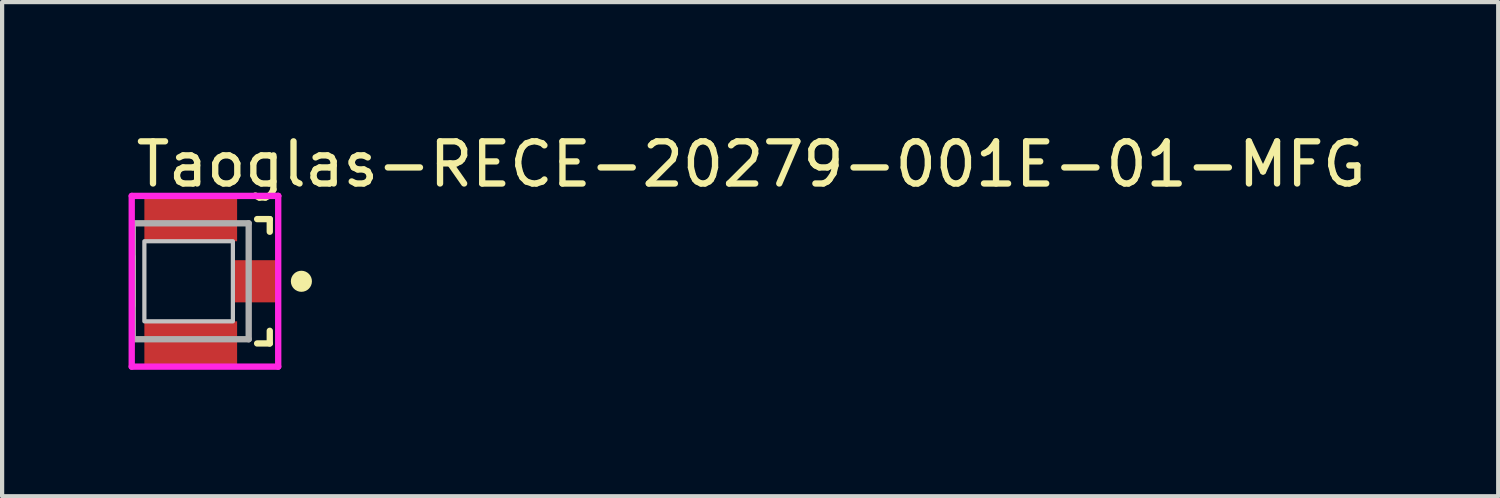
<source format=kicad_pcb>
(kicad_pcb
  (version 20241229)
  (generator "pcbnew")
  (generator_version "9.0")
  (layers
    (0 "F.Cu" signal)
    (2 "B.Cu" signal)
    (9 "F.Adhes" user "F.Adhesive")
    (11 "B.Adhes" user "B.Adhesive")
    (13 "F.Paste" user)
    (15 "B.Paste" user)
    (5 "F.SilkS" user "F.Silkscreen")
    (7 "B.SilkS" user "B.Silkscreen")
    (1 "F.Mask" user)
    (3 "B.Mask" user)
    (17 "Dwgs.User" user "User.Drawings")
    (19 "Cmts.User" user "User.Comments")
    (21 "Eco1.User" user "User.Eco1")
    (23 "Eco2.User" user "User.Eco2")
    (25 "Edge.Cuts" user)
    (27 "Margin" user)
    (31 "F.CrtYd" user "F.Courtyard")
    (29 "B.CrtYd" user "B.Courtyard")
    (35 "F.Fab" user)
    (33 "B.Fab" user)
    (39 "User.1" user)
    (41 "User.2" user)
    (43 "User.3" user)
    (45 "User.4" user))
  (footprint "Taoglas-RECE-20279-001E-01-MFG"
    (layer "F.Cu")
    (at 1.475 3.623)
    (property "Reference" "Taoglas-RECE-20279-001E-01-MFG" (at -1.375 -2.775 0) (layer "F.SilkS") (effects (font (size 1 1) (thickness 0.15)) (justify left)))
    (attr through_hole)
    (fp_line (start -1.375 0.575) (end -1.375 -0.575) (stroke (width 0.15) (type solid)) (layer "F.SilkS"))
    (fp_line (start 1.575 -1.475) (end 1.875 -1.475) (stroke (width 0.15) (type solid)) (layer "F.SilkS"))
    (fp_line (start 1.575 1.475) (end 1.875 1.475) (stroke (width 0.15) (type solid)) (layer "F.SilkS"))
    (fp_line (start 1.875 -1.475) (end 1.875 -1.175) (stroke (width 0.15) (type solid)) (layer "F.SilkS"))
    (fp_line (start 1.875 1.475) (end 1.875 1.175) (stroke (width 0.15) (type solid)) (layer "F.SilkS"))
    (fp_circle (center 2.625 0) (end 2.75 0) (stroke (width 0.25) (type solid)) (fill no) (layer "F.SilkS"))
    (fp_poly (pts (xy -1.1 -0.95) (xy 1 -0.95) (xy 1 0.95) (xy -1.1 0.95)) (stroke (width 0.1) (type solid)) (fill no) (layer "Dwgs.User"))
    (fp_line (start -1.4 -2.025) (end -1.4 2.025) (stroke (width 0.15) (type solid)) (layer "F.CrtYd"))
    (fp_line (start -1.4 2.025) (end 2.075 2.025) (stroke (width 0.15) (type solid)) (layer "F.CrtYd"))
    (fp_line (start 2.075 -2.025) (end -1.4 -2.025) (stroke (width 0.15) (type solid)) (layer "F.CrtYd"))
    (fp_line (start 2.075 -2.025) (end 2.075 -2.025) (stroke (width 0.15) (type solid)) (layer "F.CrtYd"))
    (fp_line (start 2.075 2.025) (end 2.075 -2.025) (stroke (width 0.15) (type solid)) (layer "F.CrtYd"))
    (fp_line (start -1.375 -1.375) (end 1.375 -1.375) (stroke (width 0.15) (type solid)) (layer "F.Fab"))
    (fp_line (start -1.375 1.375) (end -1.375 -1.375) (stroke (width 0.15) (type solid)) (layer "F.Fab"))
    (fp_line (start 1.375 -1.375) (end 1.375 1.375) (stroke (width 0.15) (type solid)) (layer "F.Fab"))
    (fp_line (start 1.375 1.375) (end -1.375 1.375) (stroke (width 0.15) (type solid)) (layer "F.Fab"))
    (pad "1" smd rect (at 1.525 0) (size 1.05 1) (layers "F.Cu" "F.Mask" "F.Paste"))
    (pad "2" smd rect (at 0 -1.475) (size 2.2 1.05) (layers "F.Cu" "F.Mask" "F.Paste"))
    (pad "3" smd rect (at 0 1.475) (size 2.2 1.05) (layers "F.Cu" "F.Mask" "F.Paste")))
  (gr_rect
    (start -3 -3)
    (end 32.493 8.723)
    (stroke (width 0.1) (type default))
    (fill no)
    (layer "Edge.Cuts")))
</source>
